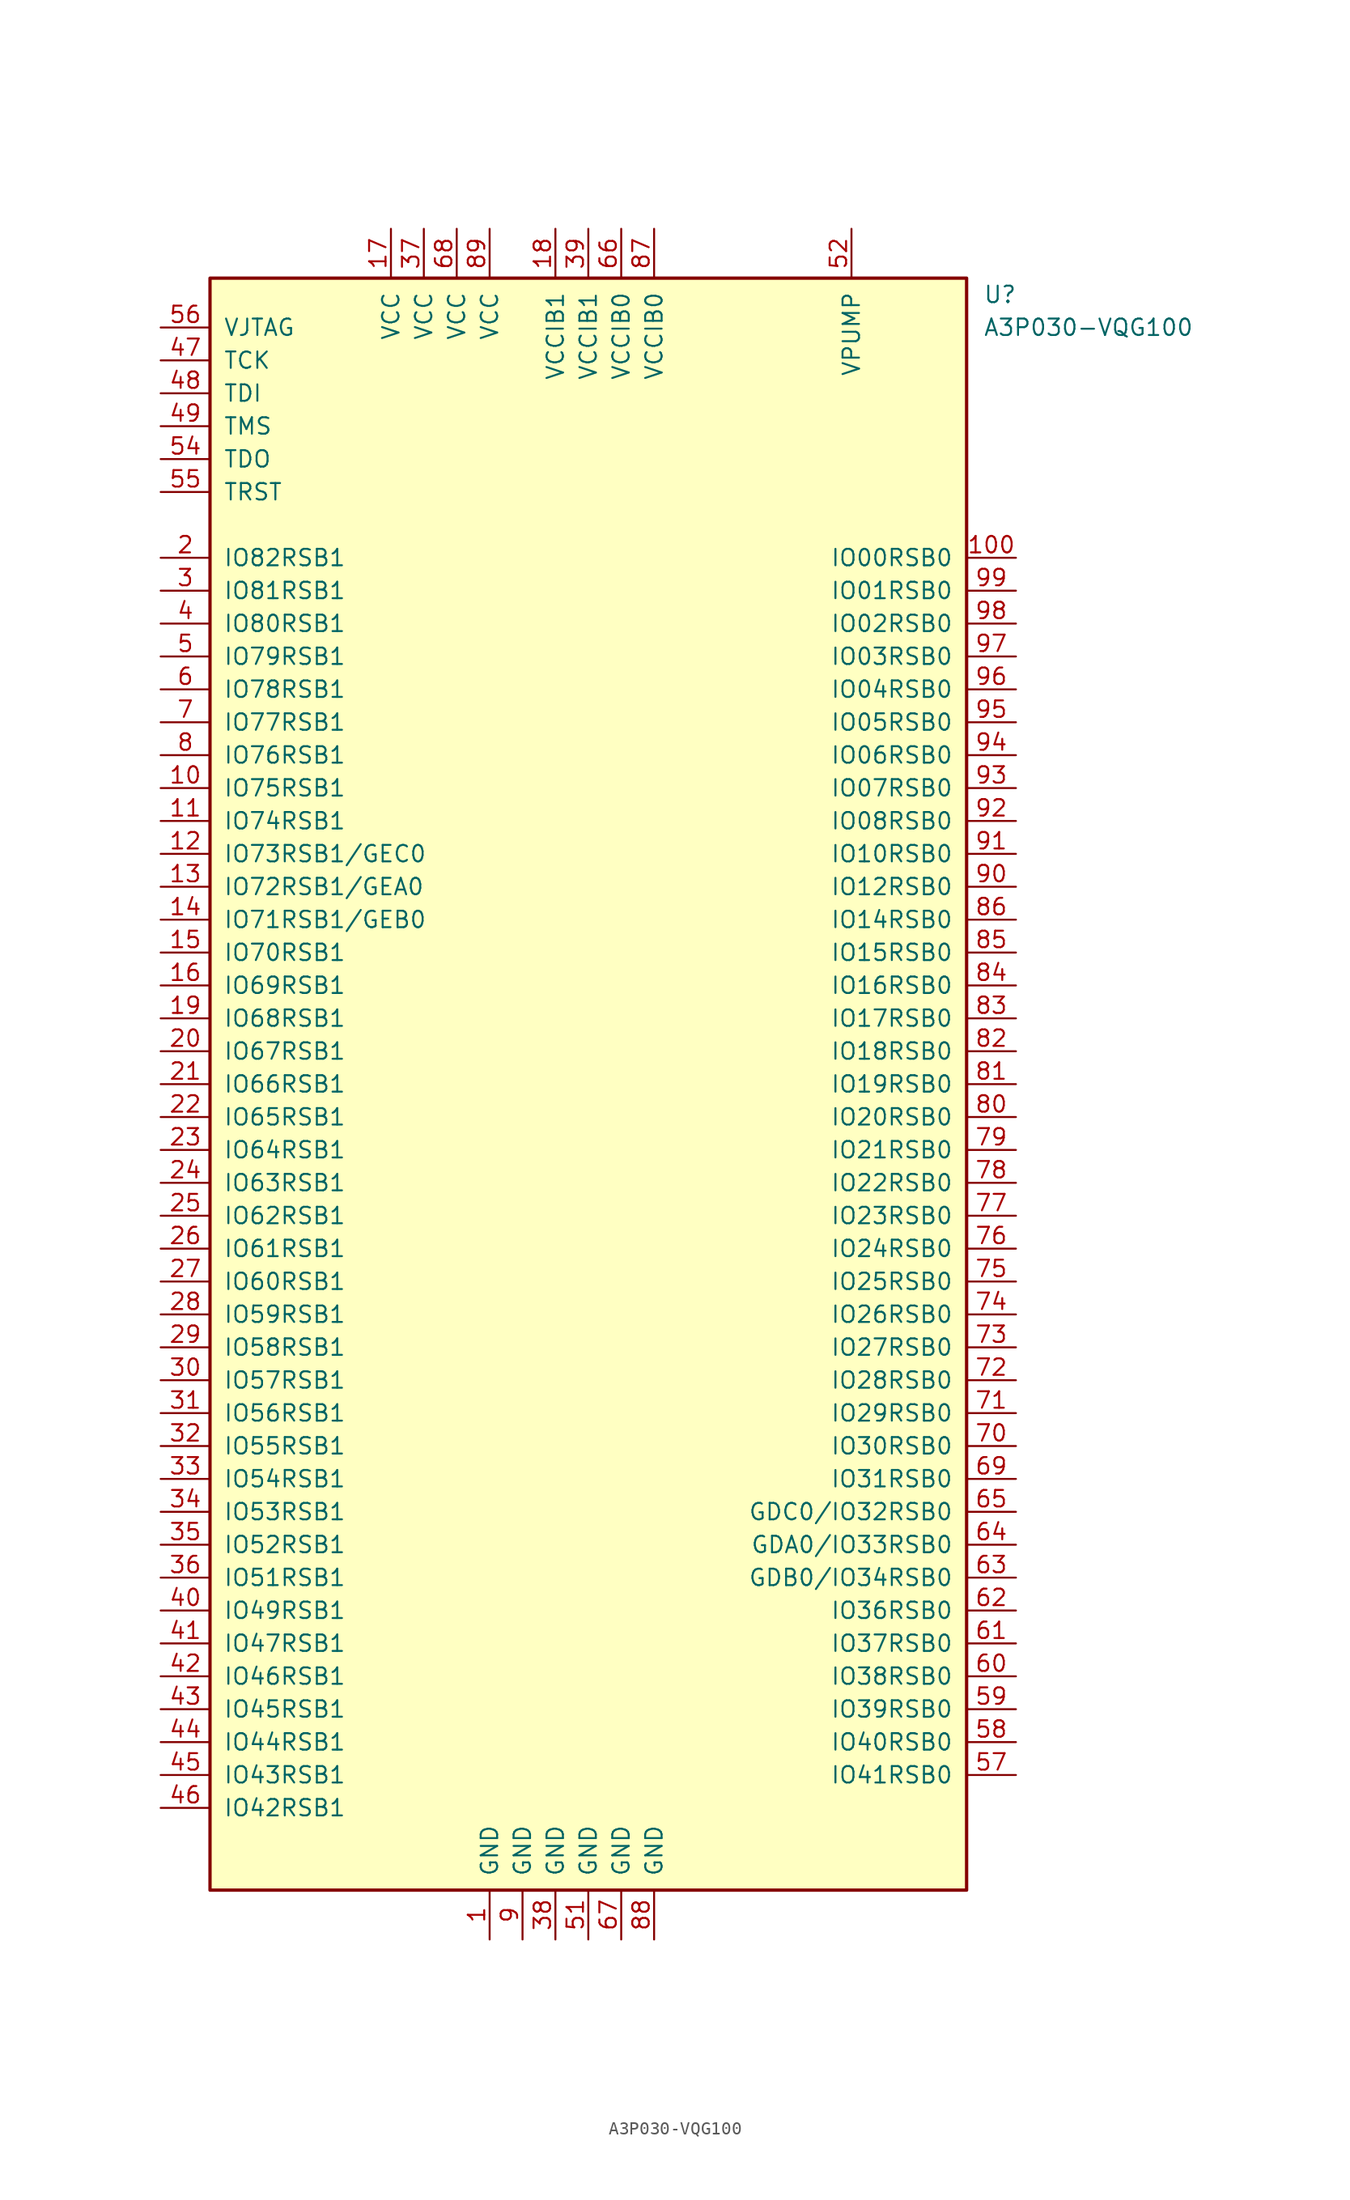
<source format=kicad_sym>
(kicad_symbol_lib
  (version 20231120)
  (generator "kicad_symbol_editor")
  (generator_version "8.0")
  (symbol "A3P030-VQG100"
    (pin_names
      (offset 1.016))
    (property "Reference" "U"
      (at 30.48 60.96 0)
      (effects (font (size 1.27 1.27)) (justify left)))
    (property "Value" "A3P030-VQG100"
      (at 30.48 58.42 0)
      (effects (font (size 1.27 1.27)) (justify left)))
    (symbol "A3P030-VQG100_0_1"
      (rectangle (start -29.21 62.23) (end 29.21 -62.23) (stroke (width 0.254) (type default)) (fill (type background))))
    (symbol "A3P030-VQG100_1_1"
      (pin power_in line (at -7.62 -66.04 90) (length 3.81) (name "GND" (effects (font (size 1.27 1.27)))) (number "1" (effects (font (size 1.27 1.27)))))
      (pin bidirectional line (at -33.02 22.86 0) (length 3.81) (name "IO75RSB1" (effects (font (size 1.27 1.27)))) (number "10" (effects (font (size 1.27 1.27)))))
      (pin bidirectional line (at 33.02 40.64 180) (length 3.81) (name "IO00RSB0" (effects (font (size 1.27 1.27)))) (number "100" (effects (font (size 1.27 1.27)))))
      (pin bidirectional line (at -33.02 20.32 0) (length 3.81) (name "IO74RSB1" (effects (font (size 1.27 1.27)))) (number "11" (effects (font (size 1.27 1.27)))))
      (pin bidirectional line (at -33.02 17.78 0) (length 3.81) (name "IO73RSB1/GEC0" (effects (font (size 1.27 1.27)))) (number "12" (effects (font (size 1.27 1.27)))))
      (pin bidirectional line (at -33.02 15.24 0) (length 3.81) (name "IO72RSB1/GEA0" (effects (font (size 1.27 1.27)))) (number "13" (effects (font (size 1.27 1.27)))))
      (pin bidirectional line (at -33.02 12.7 0) (length 3.81) (name "IO71RSB1/GEB0" (effects (font (size 1.27 1.27)))) (number "14" (effects (font (size 1.27 1.27)))))
      (pin bidirectional line (at -33.02 10.16 0) (length 3.81) (name "IO70RSB1" (effects (font (size 1.27 1.27)))) (number "15" (effects (font (size 1.27 1.27)))))
      (pin bidirectional line (at -33.02 7.62 0) (length 3.81) (name "IO69RSB1" (effects (font (size 1.27 1.27)))) (number "16" (effects (font (size 1.27 1.27)))))
      (pin power_in line (at -15.24 66.04 270) (length 3.81) (name "VCC" (effects (font (size 1.27 1.27)))) (number "17" (effects (font (size 1.27 1.27)))))
      (pin power_in line (at -2.54 66.04 270) (length 3.81) (name "VCCIB1" (effects (font (size 1.27 1.27)))) (number "18" (effects (font (size 1.27 1.27)))))
      (pin bidirectional line (at -33.02 5.08 0) (length 3.81) (name "IO68RSB1" (effects (font (size 1.27 1.27)))) (number "19" (effects (font (size 1.27 1.27)))))
      (pin bidirectional line (at -33.02 40.64 0) (length 3.81) (name "IO82RSB1" (effects (font (size 1.27 1.27)))) (number "2" (effects (font (size 1.27 1.27)))))
      (pin bidirectional line (at -33.02 2.54 0) (length 3.81) (name "IO67RSB1" (effects (font (size 1.27 1.27)))) (number "20" (effects (font (size 1.27 1.27)))))
      (pin bidirectional line (at -33.02 0 0) (length 3.81) (name "IO66RSB1" (effects (font (size 1.27 1.27)))) (number "21" (effects (font (size 1.27 1.27)))))
      (pin bidirectional line (at -33.02 -2.54 0) (length 3.81) (name "IO65RSB1" (effects (font (size 1.27 1.27)))) (number "22" (effects (font (size 1.27 1.27)))))
      (pin bidirectional line (at -33.02 -5.08 0) (length 3.81) (name "IO64RSB1" (effects (font (size 1.27 1.27)))) (number "23" (effects (font (size 1.27 1.27)))))
      (pin bidirectional line (at -33.02 -7.62 0) (length 3.81) (name "IO63RSB1" (effects (font (size 1.27 1.27)))) (number "24" (effects (font (size 1.27 1.27)))))
      (pin bidirectional line (at -33.02 -10.16 0) (length 3.81) (name "IO62RSB1" (effects (font (size 1.27 1.27)))) (number "25" (effects (font (size 1.27 1.27)))))
      (pin bidirectional line (at -33.02 -12.7 0) (length 3.81) (name "IO61RSB1" (effects (font (size 1.27 1.27)))) (number "26" (effects (font (size 1.27 1.27)))))
      (pin bidirectional line (at -33.02 -15.24 0) (length 3.81) (name "IO60RSB1" (effects (font (size 1.27 1.27)))) (number "27" (effects (font (size 1.27 1.27)))))
      (pin bidirectional line (at -33.02 -17.78 0) (length 3.81) (name "IO59RSB1" (effects (font (size 1.27 1.27)))) (number "28" (effects (font (size 1.27 1.27)))))
      (pin bidirectional line (at -33.02 -20.32 0) (length 3.81) (name "IO58RSB1" (effects (font (size 1.27 1.27)))) (number "29" (effects (font (size 1.27 1.27)))))
      (pin bidirectional line (at -33.02 38.1 0) (length 3.81) (name "IO81RSB1" (effects (font (size 1.27 1.27)))) (number "3" (effects (font (size 1.27 1.27)))))
      (pin bidirectional line (at -33.02 -22.86 0) (length 3.81) (name "IO57RSB1" (effects (font (size 1.27 1.27)))) (number "30" (effects (font (size 1.27 1.27)))))
      (pin bidirectional line (at -33.02 -25.4 0) (length 3.81) (name "IO56RSB1" (effects (font (size 1.27 1.27)))) (number "31" (effects (font (size 1.27 1.27)))))
      (pin bidirectional line (at -33.02 -27.94 0) (length 3.81) (name "IO55RSB1" (effects (font (size 1.27 1.27)))) (number "32" (effects (font (size 1.27 1.27)))))
      (pin bidirectional line (at -33.02 -30.48 0) (length 3.81) (name "IO54RSB1" (effects (font (size 1.27 1.27)))) (number "33" (effects (font (size 1.27 1.27)))))
      (pin bidirectional line (at -33.02 -33.02 0) (length 3.81) (name "IO53RSB1" (effects (font (size 1.27 1.27)))) (number "34" (effects (font (size 1.27 1.27)))))
      (pin bidirectional line (at -33.02 -35.56 0) (length 3.81) (name "IO52RSB1" (effects (font (size 1.27 1.27)))) (number "35" (effects (font (size 1.27 1.27)))))
      (pin bidirectional line (at -33.02 -38.1 0) (length 3.81) (name "IO51RSB1" (effects (font (size 1.27 1.27)))) (number "36" (effects (font (size 1.27 1.27)))))
      (pin power_in line (at -12.7 66.04 270) (length 3.81) (name "VCC" (effects (font (size 1.27 1.27)))) (number "37" (effects (font (size 1.27 1.27)))))
      (pin power_in line (at -2.54 -66.04 90) (length 3.81) (name "GND" (effects (font (size 1.27 1.27)))) (number "38" (effects (font (size 1.27 1.27)))))
      (pin power_in line (at 0 66.04 270) (length 3.81) (name "VCCIB1" (effects (font (size 1.27 1.27)))) (number "39" (effects (font (size 1.27 1.27)))))
      (pin bidirectional line (at -33.02 35.56 0) (length 3.81) (name "IO80RSB1" (effects (font (size 1.27 1.27)))) (number "4" (effects (font (size 1.27 1.27)))))
      (pin bidirectional line (at -33.02 -40.64 0) (length 3.81) (name "IO49RSB1" (effects (font (size 1.27 1.27)))) (number "40" (effects (font (size 1.27 1.27)))))
      (pin bidirectional line (at -33.02 -43.18 0) (length 3.81) (name "IO47RSB1" (effects (font (size 1.27 1.27)))) (number "41" (effects (font (size 1.27 1.27)))))
      (pin bidirectional line (at -33.02 -45.72 0) (length 3.81) (name "IO46RSB1" (effects (font (size 1.27 1.27)))) (number "42" (effects (font (size 1.27 1.27)))))
      (pin bidirectional line (at -33.02 -48.26 0) (length 3.81) (name "IO45RSB1" (effects (font (size 1.27 1.27)))) (number "43" (effects (font (size 1.27 1.27)))))
      (pin bidirectional line (at -33.02 -50.8 0) (length 3.81) (name "IO44RSB1" (effects (font (size 1.27 1.27)))) (number "44" (effects (font (size 1.27 1.27)))))
      (pin bidirectional line (at -33.02 -53.34 0) (length 3.81) (name "IO43RSB1" (effects (font (size 1.27 1.27)))) (number "45" (effects (font (size 1.27 1.27)))))
      (pin bidirectional line (at -33.02 -55.88 0) (length 3.81) (name "IO42RSB1" (effects (font (size 1.27 1.27)))) (number "46" (effects (font (size 1.27 1.27)))))
      (pin bidirectional line (at -33.02 55.88 0) (length 3.81) (name "TCK" (effects (font (size 1.27 1.27)))) (number "47" (effects (font (size 1.27 1.27)))))
      (pin bidirectional line (at -33.02 53.34 0) (length 3.81) (name "TDI" (effects (font (size 1.27 1.27)))) (number "48" (effects (font (size 1.27 1.27)))))
      (pin bidirectional line (at -33.02 50.8 0) (length 3.81) (name "TMS" (effects (font (size 1.27 1.27)))) (number "49" (effects (font (size 1.27 1.27)))))
      (pin bidirectional line (at -33.02 33.02 0) (length 3.81) (name "IO79RSB1" (effects (font (size 1.27 1.27)))) (number "5" (effects (font (size 1.27 1.27)))))
      (pin power_in line (at 0 -66.04 90) (length 3.81) (name "GND" (effects (font (size 1.27 1.27)))) (number "51" (effects (font (size 1.27 1.27)))))
      (pin power_in line (at 20.32 66.04 270) (length 3.81) (name "VPUMP" (effects (font (size 1.27 1.27)))) (number "52" (effects (font (size 1.27 1.27)))))
      (pin bidirectional line (at -33.02 48.26 0) (length 3.81) (name "TDO" (effects (font (size 1.27 1.27)))) (number "54" (effects (font (size 1.27 1.27)))))
      (pin bidirectional line (at -33.02 45.72 0) (length 3.81) (name "TRST" (effects (font (size 1.27 1.27)))) (number "55" (effects (font (size 1.27 1.27)))))
      (pin bidirectional line (at -33.02 58.42 0) (length 3.81) (name "VJTAG" (effects (font (size 1.27 1.27)))) (number "56" (effects (font (size 1.27 1.27)))))
      (pin bidirectional line (at 33.02 -53.34 180) (length 3.81) (name "IO41RSB0" (effects (font (size 1.27 1.27)))) (number "57" (effects (font (size 1.27 1.27)))))
      (pin bidirectional line (at 33.02 -50.8 180) (length 3.81) (name "IO40RSB0" (effects (font (size 1.27 1.27)))) (number "58" (effects (font (size 1.27 1.27)))))
      (pin bidirectional line (at 33.02 -48.26 180) (length 3.81) (name "IO39RSB0" (effects (font (size 1.27 1.27)))) (number "59" (effects (font (size 1.27 1.27)))))
      (pin bidirectional line (at -33.02 30.48 0) (length 3.81) (name "IO78RSB1" (effects (font (size 1.27 1.27)))) (number "6" (effects (font (size 1.27 1.27)))))
      (pin bidirectional line (at 33.02 -45.72 180) (length 3.81) (name "IO38RSB0" (effects (font (size 1.27 1.27)))) (number "60" (effects (font (size 1.27 1.27)))))
      (pin bidirectional line (at 33.02 -43.18 180) (length 3.81) (name "IO37RSB0" (effects (font (size 1.27 1.27)))) (number "61" (effects (font (size 1.27 1.27)))))
      (pin bidirectional line (at 33.02 -40.64 180) (length 3.81) (name "IO36RSB0" (effects (font (size 1.27 1.27)))) (number "62" (effects (font (size 1.27 1.27)))))
      (pin bidirectional line (at 33.02 -38.1 180) (length 3.81) (name "GDB0/IO34RSB0" (effects (font (size 1.27 1.27)))) (number "63" (effects (font (size 1.27 1.27)))))
      (pin bidirectional line (at 33.02 -35.56 180) (length 3.81) (name "GDA0/IO33RSB0" (effects (font (size 1.27 1.27)))) (number "64" (effects (font (size 1.27 1.27)))))
      (pin bidirectional line (at 33.02 -33.02 180) (length 3.81) (name "GDC0/IO32RSB0" (effects (font (size 1.27 1.27)))) (number "65" (effects (font (size 1.27 1.27)))))
      (pin power_in line (at 2.54 66.04 270) (length 3.81) (name "VCCIB0" (effects (font (size 1.27 1.27)))) (number "66" (effects (font (size 1.27 1.27)))))
      (pin power_in line (at 2.54 -66.04 90) (length 3.81) (name "GND" (effects (font (size 1.27 1.27)))) (number "67" (effects (font (size 1.27 1.27)))))
      (pin power_in line (at -10.16 66.04 270) (length 3.81) (name "VCC" (effects (font (size 1.27 1.27)))) (number "68" (effects (font (size 1.27 1.27)))))
      (pin bidirectional line (at 33.02 -30.48 180) (length 3.81) (name "IO31RSB0" (effects (font (size 1.27 1.27)))) (number "69" (effects (font (size 1.27 1.27)))))
      (pin input line (at -33.02 27.94 0) (length 3.81) (name "IO77RSB1" (effects (font (size 1.27 1.27)))) (number "7" (effects (font (size 1.27 1.27)))))
      (pin bidirectional line (at 33.02 -27.94 180) (length 3.81) (name "IO30RSB0" (effects (font (size 1.27 1.27)))) (number "70" (effects (font (size 1.27 1.27)))))
      (pin bidirectional line (at 33.02 -25.4 180) (length 3.81) (name "IO29RSB0" (effects (font (size 1.27 1.27)))) (number "71" (effects (font (size 1.27 1.27)))))
      (pin bidirectional line (at 33.02 -22.86 180) (length 3.81) (name "IO28RSB0" (effects (font (size 1.27 1.27)))) (number "72" (effects (font (size 1.27 1.27)))))
      (pin bidirectional line (at 33.02 -20.32 180) (length 3.81) (name "IO27RSB0" (effects (font (size 1.27 1.27)))) (number "73" (effects (font (size 1.27 1.27)))))
      (pin bidirectional line (at 33.02 -17.78 180) (length 3.81) (name "IO26RSB0" (effects (font (size 1.27 1.27)))) (number "74" (effects (font (size 1.27 1.27)))))
      (pin bidirectional line (at 33.02 -15.24 180) (length 3.81) (name "IO25RSB0" (effects (font (size 1.27 1.27)))) (number "75" (effects (font (size 1.27 1.27)))))
      (pin bidirectional line (at 33.02 -12.7 180) (length 3.81) (name "IO24RSB0" (effects (font (size 1.27 1.27)))) (number "76" (effects (font (size 1.27 1.27)))))
      (pin bidirectional line (at 33.02 -10.16 180) (length 3.81) (name "IO23RSB0" (effects (font (size 1.27 1.27)))) (number "77" (effects (font (size 1.27 1.27)))))
      (pin bidirectional line (at 33.02 -7.62 180) (length 3.81) (name "IO22RSB0" (effects (font (size 1.27 1.27)))) (number "78" (effects (font (size 1.27 1.27)))))
      (pin bidirectional line (at 33.02 -5.08 180) (length 3.81) (name "IO21RSB0" (effects (font (size 1.27 1.27)))) (number "79" (effects (font (size 1.27 1.27)))))
      (pin bidirectional line (at -33.02 25.4 0) (length 3.81) (name "IO76RSB1" (effects (font (size 1.27 1.27)))) (number "8" (effects (font (size 1.27 1.27)))))
      (pin bidirectional line (at 33.02 -2.54 180) (length 3.81) (name "IO20RSB0" (effects (font (size 1.27 1.27)))) (number "80" (effects (font (size 1.27 1.27)))))
      (pin bidirectional line (at 33.02 0 180) (length 3.81) (name "IO19RSB0" (effects (font (size 1.27 1.27)))) (number "81" (effects (font (size 1.27 1.27)))))
      (pin bidirectional line (at 33.02 2.54 180) (length 3.81) (name "IO18RSB0" (effects (font (size 1.27 1.27)))) (number "82" (effects (font (size 1.27 1.27)))))
      (pin bidirectional line (at 33.02 5.08 180) (length 3.81) (name "IO17RSB0" (effects (font (size 1.27 1.27)))) (number "83" (effects (font (size 1.27 1.27)))))
      (pin bidirectional line (at 33.02 7.62 180) (length 3.81) (name "IO16RSB0" (effects (font (size 1.27 1.27)))) (number "84" (effects (font (size 1.27 1.27)))))
      (pin bidirectional line (at 33.02 10.16 180) (length 3.81) (name "IO15RSB0" (effects (font (size 1.27 1.27)))) (number "85" (effects (font (size 1.27 1.27)))))
      (pin bidirectional line (at 33.02 12.7 180) (length 3.81) (name "IO14RSB0" (effects (font (size 1.27 1.27)))) (number "86" (effects (font (size 1.27 1.27)))))
      (pin power_in line (at 5.08 66.04 270) (length 3.81) (name "VCCIB0" (effects (font (size 1.27 1.27)))) (number "87" (effects (font (size 1.27 1.27)))))
      (pin power_in line (at 5.08 -66.04 90) (length 3.81) (name "GND" (effects (font (size 1.27 1.27)))) (number "88" (effects (font (size 1.27 1.27)))))
      (pin power_in line (at -7.62 66.04 270) (length 3.81) (name "VCC" (effects (font (size 1.27 1.27)))) (number "89" (effects (font (size 1.27 1.27)))))
      (pin power_in line (at -5.08 -66.04 90) (length 3.81) (name "GND" (effects (font (size 1.27 1.27)))) (number "9" (effects (font (size 1.27 1.27)))))
      (pin input line (at 33.02 15.24 180) (length 3.81) (name "IO12RSB0" (effects (font (size 1.27 1.27)))) (number "90" (effects (font (size 1.27 1.27)))))
      (pin bidirectional line (at 33.02 17.78 180) (length 3.81) (name "IO10RSB0" (effects (font (size 1.27 1.27)))) (number "91" (effects (font (size 1.27 1.27)))))
      (pin bidirectional line (at 33.02 20.32 180) (length 3.81) (name "IO08RSB0" (effects (font (size 1.27 1.27)))) (number "92" (effects (font (size 1.27 1.27)))))
      (pin bidirectional line (at 33.02 22.86 180) (length 3.81) (name "IO07RSB0" (effects (font (size 1.27 1.27)))) (number "93" (effects (font (size 1.27 1.27)))))
      (pin bidirectional line (at 33.02 25.4 180) (length 3.81) (name "IO06RSB0" (effects (font (size 1.27 1.27)))) (number "94" (effects (font (size 1.27 1.27)))))
      (pin bidirectional line (at 33.02 27.94 180) (length 3.81) (name "IO05RSB0" (effects (font (size 1.27 1.27)))) (number "95" (effects (font (size 1.27 1.27)))))
      (pin bidirectional line (at 33.02 30.48 180) (length 3.81) (name "IO04RSB0" (effects (font (size 1.27 1.27)))) (number "96" (effects (font (size 1.27 1.27)))))
      (pin bidirectional line (at 33.02 33.02 180) (length 3.81) (name "IO03RSB0" (effects (font (size 1.27 1.27)))) (number "97" (effects (font (size 1.27 1.27)))))
      (pin bidirectional line (at 33.02 35.56 180) (length 3.81) (name "IO02RSB0" (effects (font (size 1.27 1.27)))) (number "98" (effects (font (size 1.27 1.27)))))
      (pin bidirectional line (at 33.02 38.1 180) (length 3.81) (name "IO01RSB0" (effects (font (size 1.27 1.27)))) (number "99" (effects (font (size 1.27 1.27))))))))
</source>
